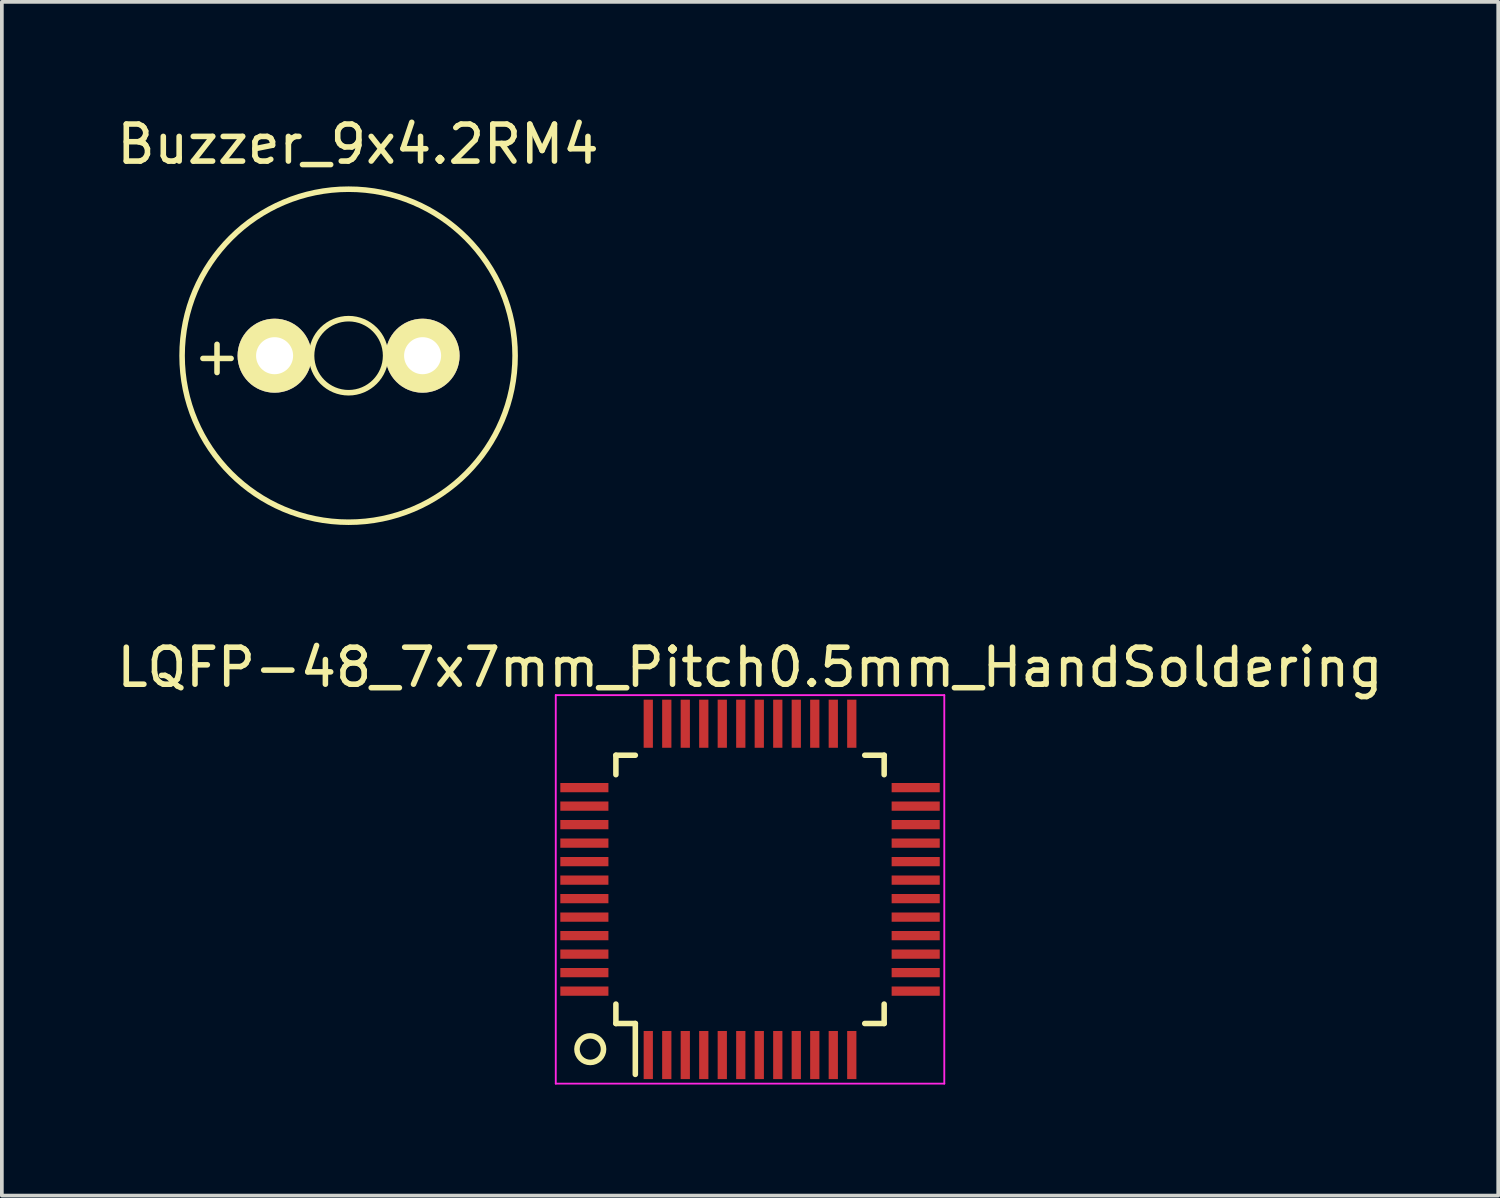
<source format=kicad_pcb>
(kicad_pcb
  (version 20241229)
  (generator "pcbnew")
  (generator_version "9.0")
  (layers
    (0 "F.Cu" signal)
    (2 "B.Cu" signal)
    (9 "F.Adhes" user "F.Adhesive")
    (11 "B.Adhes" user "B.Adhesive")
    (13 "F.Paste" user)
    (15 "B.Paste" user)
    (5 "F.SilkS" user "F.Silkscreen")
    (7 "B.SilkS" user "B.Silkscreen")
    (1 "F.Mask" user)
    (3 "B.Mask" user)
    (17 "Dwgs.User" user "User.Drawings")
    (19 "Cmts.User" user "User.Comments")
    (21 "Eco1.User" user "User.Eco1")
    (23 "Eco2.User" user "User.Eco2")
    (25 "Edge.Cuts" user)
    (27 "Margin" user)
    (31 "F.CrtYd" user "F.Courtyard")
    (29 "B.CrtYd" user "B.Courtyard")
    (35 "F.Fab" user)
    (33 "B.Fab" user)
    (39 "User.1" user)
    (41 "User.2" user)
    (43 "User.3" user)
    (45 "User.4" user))
  (footprint "LQFP-48_7x7mm_Pitch0.5mm_HandSoldering"
    (layer "F.Cu")
    (at 17.22 20.986)
    (property "Reference" "LQFP-48_7x7mm_Pitch0.5mm_HandSoldering" (at 0 -6 0) (layer "F.SilkS") (effects (font (size 1 1) (thickness 0.15))))
    (attr smd)
    (fp_line (start -3.625 -3.625) (end -3.625 -3.1) (stroke (width 0.15) (type solid)) (layer "F.SilkS"))
    (fp_line (start -3.625 -3.625) (end -3.1 -3.625) (stroke (width 0.15) (type solid)) (layer "F.SilkS"))
    (fp_line (start -3.625 3.625) (end -3.625 3.1) (stroke (width 0.15) (type solid)) (layer "F.SilkS"))
    (fp_line (start -3.625 3.625) (end -3.1 3.625) (stroke (width 0.15) (type solid)) (layer "F.SilkS"))
    (fp_line (start -3.1 3.625) (end -3.1 5) (stroke (width 0.15) (type solid)) (layer "F.SilkS"))
    (fp_line (start 3.625 -3.625) (end 3.1 -3.625) (stroke (width 0.15) (type solid)) (layer "F.SilkS"))
    (fp_line (start 3.625 -3.625) (end 3.625 -3.1) (stroke (width 0.15) (type solid)) (layer "F.SilkS"))
    (fp_line (start 3.625 3.625) (end 3.1 3.625) (stroke (width 0.15) (type solid)) (layer "F.SilkS"))
    (fp_line (start 3.625 3.625) (end 3.625 3.1) (stroke (width 0.15) (type solid)) (layer "F.SilkS"))
    (fp_circle (center -4.318 4.318) (end -4.064 4.572) (stroke (width 0.15) (type solid)) (fill no) (layer "F.SilkS"))
    (fp_line (start -5.25 -5.25) (end -5.25 5.25) (stroke (width 0.05) (type solid)) (layer "F.CrtYd"))
    (fp_line (start -5.25 -5.25) (end 5.25 -5.25) (stroke (width 0.05) (type solid)) (layer "F.CrtYd"))
    (fp_line (start -5.25 5.25) (end 5.25 5.25) (stroke (width 0.05) (type solid)) (layer "F.CrtYd"))
    (fp_line (start 5.25 -5.25) (end 5.25 5.25) (stroke (width 0.05) (type solid)) (layer "F.CrtYd"))
    (pad "1" smd rect (at -2.75 4.477 90) (size 1.3 0.25) (layers "F.Cu" "F.Mask" "F.Paste"))
    (pad "2" smd rect (at -2.25 4.477 90) (size 1.3 0.25) (layers "F.Cu" "F.Mask" "F.Paste"))
    (pad "3" smd rect (at -1.75 4.477 90) (size 1.3 0.25) (layers "F.Cu" "F.Mask" "F.Paste"))
    (pad "4" smd rect (at -1.25 4.477 90) (size 1.3 0.25) (layers "F.Cu" "F.Mask" "F.Paste"))
    (pad "5" smd rect (at -0.75 4.477 90) (size 1.3 0.25) (layers "F.Cu" "F.Mask" "F.Paste"))
    (pad "6" smd rect (at -0.25 4.477 90) (size 1.3 0.25) (layers "F.Cu" "F.Mask" "F.Paste"))
    (pad "7" smd rect (at 0.25 4.477 90) (size 1.3 0.25) (layers "F.Cu" "F.Mask" "F.Paste"))
    (pad "8" smd rect (at 0.75 4.477 90) (size 1.3 0.25) (layers "F.Cu" "F.Mask" "F.Paste"))
    (pad "9" smd rect (at 1.25 4.477 90) (size 1.3 0.25) (layers "F.Cu" "F.Mask" "F.Paste"))
    (pad "10" smd rect (at 1.75 4.477 90) (size 1.3 0.25) (layers "F.Cu" "F.Mask" "F.Paste"))
    (pad "11" smd rect (at 2.25 4.477 90) (size 1.3 0.25) (layers "F.Cu" "F.Mask" "F.Paste"))
    (pad "12" smd rect (at 2.75 4.477 90) (size 1.3 0.25) (layers "F.Cu" "F.Mask" "F.Paste"))
    (pad "13" smd rect (at 4.477 2.75 180) (size 1.3 0.25) (layers "F.Cu" "F.Mask" "F.Paste"))
    (pad "14" smd rect (at 4.477 2.25 180) (size 1.3 0.25) (layers "F.Cu" "F.Mask" "F.Paste"))
    (pad "15" smd rect (at 4.477 1.75 180) (size 1.3 0.25) (layers "F.Cu" "F.Mask" "F.Paste"))
    (pad "16" smd rect (at 4.477 1.25 180) (size 1.3 0.25) (layers "F.Cu" "F.Mask" "F.Paste"))
    (pad "17" smd rect (at 4.477 0.75 180) (size 1.3 0.25) (layers "F.Cu" "F.Mask" "F.Paste"))
    (pad "18" smd rect (at 4.477 0.25 180) (size 1.3 0.25) (layers "F.Cu" "F.Mask" "F.Paste"))
    (pad "19" smd rect (at 4.477 -0.25 180) (size 1.3 0.25) (layers "F.Cu" "F.Mask" "F.Paste"))
    (pad "20" smd rect (at 4.477 -0.75 180) (size 1.3 0.25) (layers "F.Cu" "F.Mask" "F.Paste"))
    (pad "21" smd rect (at 4.477 -1.25 180) (size 1.3 0.25) (layers "F.Cu" "F.Mask" "F.Paste"))
    (pad "22" smd rect (at 4.477 -1.75 180) (size 1.3 0.25) (layers "F.Cu" "F.Mask" "F.Paste"))
    (pad "23" smd rect (at 4.477 -2.25 180) (size 1.3 0.25) (layers "F.Cu" "F.Mask" "F.Paste"))
    (pad "24" smd rect (at 4.477 -2.75 180) (size 1.3 0.25) (layers "F.Cu" "F.Mask" "F.Paste"))
    (pad "25" smd rect (at 2.75 -4.477 90) (size 1.3 0.25) (layers "F.Cu" "F.Mask" "F.Paste"))
    (pad "26" smd rect (at 2.25 -4.477 90) (size 1.3 0.25) (layers "F.Cu" "F.Mask" "F.Paste"))
    (pad "27" smd rect (at 1.75 -4.477 90) (size 1.3 0.25) (layers "F.Cu" "F.Mask" "F.Paste"))
    (pad "28" smd rect (at 1.25 -4.477 90) (size 1.3 0.25) (layers "F.Cu" "F.Mask" "F.Paste"))
    (pad "29" smd rect (at 0.75 -4.477 90) (size 1.3 0.25) (layers "F.Cu" "F.Mask" "F.Paste"))
    (pad "30" smd rect (at 0.25 -4.477 90) (size 1.3 0.25) (layers "F.Cu" "F.Mask" "F.Paste"))
    (pad "31" smd rect (at -0.25 -4.477 90) (size 1.3 0.25) (layers "F.Cu" "F.Mask" "F.Paste"))
    (pad "32" smd rect (at -0.75 -4.477 90) (size 1.3 0.25) (layers "F.Cu" "F.Mask" "F.Paste"))
    (pad "33" smd rect (at -1.25 -4.477 90) (size 1.3 0.25) (layers "F.Cu" "F.Mask" "F.Paste"))
    (pad "34" smd rect (at -1.75 -4.477 90) (size 1.3 0.25) (layers "F.Cu" "F.Mask" "F.Paste"))
    (pad "35" smd rect (at -2.25 -4.477 90) (size 1.3 0.25) (layers "F.Cu" "F.Mask" "F.Paste"))
    (pad "36" smd rect (at -2.75 -4.477 90) (size 1.3 0.25) (layers "F.Cu" "F.Mask" "F.Paste"))
    (pad "37" smd rect (at -4.477 -2.75 180) (size 1.3 0.25) (layers "F.Cu" "F.Mask" "F.Paste"))
    (pad "38" smd rect (at -4.477 -2.25 180) (size 1.3 0.25) (layers "F.Cu" "F.Mask" "F.Paste"))
    (pad "39" smd rect (at -4.477 -1.75 180) (size 1.3 0.25) (layers "F.Cu" "F.Mask" "F.Paste"))
    (pad "40" smd rect (at -4.477 -1.25 180) (size 1.3 0.25) (layers "F.Cu" "F.Mask" "F.Paste"))
    (pad "41" smd rect (at -4.477 -0.75 180) (size 1.3 0.25) (layers "F.Cu" "F.Mask" "F.Paste"))
    (pad "42" smd rect (at -4.477 -0.25 180) (size 1.3 0.25) (layers "F.Cu" "F.Mask" "F.Paste"))
    (pad "43" smd rect (at -4.477 0.25 180) (size 1.3 0.25) (layers "F.Cu" "F.Mask" "F.Paste"))
    (pad "44" smd rect (at -4.477 0.75 180) (size 1.3 0.25) (layers "F.Cu" "F.Mask" "F.Paste"))
    (pad "45" smd rect (at -4.477 1.25 180) (size 1.3 0.25) (layers "F.Cu" "F.Mask" "F.Paste"))
    (pad "46" smd rect (at -4.477 1.75 180) (size 1.3 0.25) (layers "F.Cu" "F.Mask" "F.Paste"))
    (pad "47" smd rect (at -4.477 2.25 180) (size 1.3 0.25) (layers "F.Cu" "F.Mask" "F.Paste"))
    (pad "48" smd rect (at -4.477 2.75 180) (size 1.3 0.25) (layers "F.Cu" "F.Mask" "F.Paste")))
  (footprint "Buzzer_9x4.2RM4"
    (layer "F.Cu")
    (at 6.371 6.563)
    (property "Reference" "Buzzer_9x4.2RM4" (at 0.254 -5.715 0) (layer "F.SilkS") (effects (font (size 1 1) (thickness 0.15))))
    (attr through_hole)
    (fp_circle (center 0 0) (end 1.001 0) (stroke (width 0.15) (type solid)) (fill no) (layer "F.SilkS"))
    (fp_circle (center 0 0) (end 4.5 0) (stroke (width 0.15) (type solid)) (fill no) (layer "F.SilkS"))
    (fp_text user "+" (at -3.556 0 0) (layer "F.SilkS") (effects (font (size 1 1) (thickness 0.15))))
    (pad "1" thru_hole circle (at -2 0) (size 2 2) (drill 1.001) (layers "*.Cu" "*.Mask" "F.SilkS"))
    (pad "2" thru_hole circle (at 2 0) (size 2 2) (drill 1.001) (layers "*.Cu" "*.Mask" "F.SilkS")))
  (gr_rect
    (start -3 -3)
    (end 37.44 29.262)
    (stroke (width 0.1) (type default))
    (fill no)
    (layer "Edge.Cuts")))
</source>
